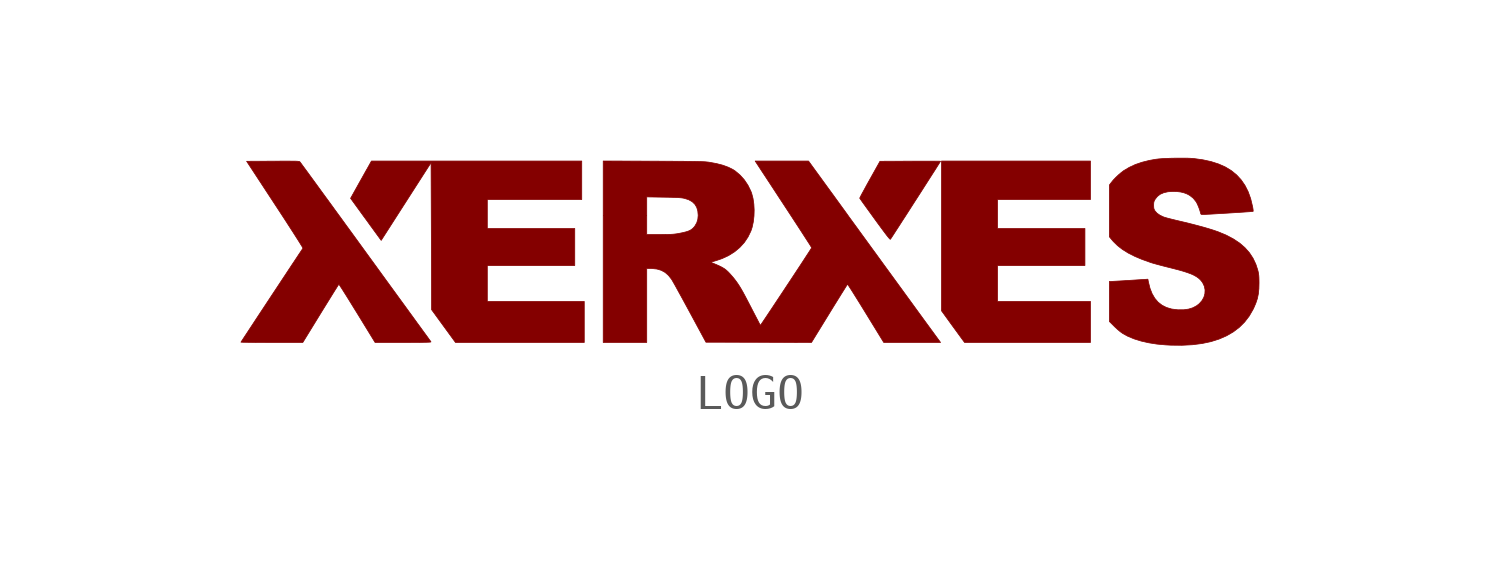
<source format=kicad_sym>
(kicad_symbol_lib
  (version 20220914)
  (generator "bitmap2component")
  (generator_version "8.0")
  (symbol "LOGO"
    (pin_names
      (offset 1.016))
    (property "Reference" "#G"
      (at 0 2.325 0)
      (effects (font (size 1.27 1.27)) hide))
    (symbol "LOGO_0_0"
      (polyline (pts (xy 12.613 -2.612) (xy 12.889 -2.577) (xy 13.145 -2.523) (xy 13.38 -2.449) (xy 13.593 -2.356) (xy 13.786 -2.244) (xy 13.958 -2.113) (xy 14.11 -1.962) (xy 14.241 -1.792) (xy 14.351 -1.602) (xy 14.372 -1.559) (xy 14.431 -1.422) (xy 14.475 -1.29) (xy 14.503 -1.155) (xy 14.518 -1.009) (xy 14.522 -0.844) (xy 14.521 -0.76) (xy 14.519 -0.686) (xy 14.515 -0.627) (xy 14.508 -0.575) (xy 14.498 -0.523) (xy 14.483 -0.465) (xy 14.432 -0.309) (xy 14.351 -0.137) (xy 14.248 0.02) (xy 14.121 0.164) (xy 13.97 0.295) (xy 13.794 0.413) (xy 13.593 0.52) (xy 13.366 0.615) (xy 13.349 0.622) (xy 13.221 0.666) (xy 13.068 0.714) (xy 12.894 0.764) (xy 12.702 0.815) (xy 12.496 0.868) (xy 12.278 0.92) (xy 12.269 0.922) (xy 12.162 0.947) (xy 12.06 0.972) (xy 11.968 0.995) (xy 11.891 1.015) (xy 11.833 1.032) (xy 11.798 1.043) (xy 11.789 1.046) (xy 11.686 1.095) (xy 11.603 1.153) (xy 11.546 1.217) (xy 11.529 1.245) (xy 11.514 1.28) (xy 11.508 1.321) (xy 11.506 1.38) (xy 11.507 1.426) (xy 11.512 1.472) (xy 11.525 1.51) (xy 11.549 1.552) (xy 11.613 1.633) (xy 11.695 1.696) (xy 11.796 1.74) (xy 11.916 1.767) (xy 12.059 1.776) (xy 12.174 1.772) (xy 12.28 1.76) (xy 12.374 1.737) (xy 12.466 1.702) (xy 12.541 1.661) (xy 12.641 1.581) (xy 12.722 1.48) (xy 12.74 1.449) (xy 12.772 1.381) (xy 12.804 1.303) (xy 12.831 1.224) (xy 12.85 1.155) (xy 12.857 1.131) (xy 12.875 1.118) (xy 12.911 1.116) (xy 12.929 1.116) (xy 12.977 1.118) (xy 13.046 1.122) (xy 13.132 1.126) (xy 13.232 1.132) (xy 13.344 1.139) (xy 13.463 1.146) (xy 13.587 1.153) (xy 13.711 1.161) (xy 13.834 1.169) (xy 13.951 1.176) (xy 14.059 1.183) (xy 14.156 1.19) (xy 14.236 1.195) (xy 14.299 1.2) (xy 14.339 1.204) (xy 14.354 1.206) (xy 14.355 1.22) (xy 14.352 1.256) (xy 14.345 1.304) (xy 14.336 1.349) (xy 14.283 1.569) (xy 14.211 1.769) (xy 14.12 1.948) (xy 14.01 2.108) (xy 13.88 2.249) (xy 13.73 2.371) (xy 13.559 2.475) (xy 13.366 2.561) (xy 13.151 2.63) (xy 12.913 2.682) (xy 12.652 2.718) (xy 12.598 2.722) (xy 12.5 2.727) (xy 12.384 2.729) (xy 12.257 2.729) (xy 12.124 2.728) (xy 11.991 2.725) (xy 11.863 2.72) (xy 11.746 2.714) (xy 11.647 2.706) (xy 11.57 2.697) (xy 11.384 2.664) (xy 11.173 2.611) (xy 10.982 2.546) (xy 10.808 2.465) (xy 10.648 2.37) (xy 10.581 2.319) (xy 10.502 2.252) (xy 10.423 2.177) (xy 10.351 2.102) (xy 10.296 2.035) (xy 10.24 1.96) (xy 10.24 1.219) (xy 10.24 0.477) (xy 10.318 0.383) (xy 10.353 0.342) (xy 10.474 0.224) (xy 10.617 0.113) (xy 10.784 0.01) (xy 10.975 -0.086) (xy 11.192 -0.177) (xy 11.436 -0.263) (xy 11.489 -0.279) (xy 11.567 -0.301) (xy 11.663 -0.327) (xy 11.769 -0.355) (xy 11.882 -0.384) (xy 11.994 -0.412) (xy 12.029 -0.421) (xy 12.2 -0.465) (xy 12.346 -0.506) (xy 12.47 -0.546) (xy 12.574 -0.584) (xy 12.66 -0.623) (xy 12.732 -0.664) (xy 12.793 -0.707) (xy 12.844 -0.754) (xy 12.888 -0.807) (xy 12.91 -0.839) (xy 12.957 -0.938) (xy 12.978 -1.043) (xy 12.973 -1.149) (xy 12.944 -1.252) (xy 12.89 -1.349) (xy 12.813 -1.436) (xy 12.737 -1.496) (xy 12.63 -1.553) (xy 12.509 -1.591) (xy 12.371 -1.611) (xy 12.214 -1.612) (xy 12.182 -1.61) (xy 12.018 -1.589) (xy 11.872 -1.545) (xy 11.744 -1.48) (xy 11.633 -1.393) (xy 11.539 -1.283) (xy 11.462 -1.151) (xy 11.401 -0.995) (xy 11.356 -0.815) (xy 11.341 -0.736) (xy 10.844 -0.768) (xy 10.752 -0.773) (xy 10.638 -0.781) (xy 10.535 -0.787) (xy 10.445 -0.792) (xy 10.372 -0.796) (xy 10.32 -0.799) (xy 10.294 -0.8) (xy 10.24 -0.801) (xy 10.24 -1.374) (xy 10.24 -1.947) (xy 10.38 -2.087) (xy 10.396 -2.103) (xy 10.479 -2.179) (xy 10.56 -2.246) (xy 10.632 -2.296) (xy 10.768 -2.37) (xy 10.947 -2.444) (xy 11.146 -2.506) (xy 11.365 -2.556) (xy 11.599 -2.593) (xy 11.848 -2.616) (xy 11.997 -2.624) (xy 12.315 -2.627) (xy 12.613 -2.612)) (stroke (width 0.01) (type default)) (fill (type outline)))
      (polyline (pts (xy -12.336 -1.716) (xy -12.286 -1.635) (xy -12.202 -1.499) (xy -12.123 -1.372) (xy -12.05 -1.254) (xy -11.985 -1.149) (xy -11.929 -1.059) (xy -11.882 -0.985) (xy -11.847 -0.929) (xy -11.824 -0.894) (xy -11.815 -0.881) (xy -11.811 -0.884) (xy -11.793 -0.909) (xy -11.763 -0.956) (xy -11.72 -1.021) (xy -11.668 -1.104) (xy -11.606 -1.202) (xy -11.536 -1.314) (xy -11.46 -1.437) (xy -11.378 -1.57) (xy -11.291 -1.71) (xy -10.778 -2.546) (xy -9.971 -2.546) (xy -9.959 -2.546) (xy -9.783 -2.546) (xy -9.633 -2.545) (xy -9.509 -2.545) (xy -9.407 -2.543) (xy -9.327 -2.542) (xy -9.265 -2.54) (xy -9.222 -2.538) (xy -9.194 -2.535) (xy -9.18 -2.532) (xy -9.178 -2.528) (xy -9.179 -2.527) (xy -9.192 -2.508) (xy -9.222 -2.468) (xy -9.266 -2.406) (xy -9.325 -2.325) (xy -9.398 -2.226) (xy -9.483 -2.108) (xy -9.581 -1.975) (xy -9.689 -1.825) (xy -9.808 -1.662) (xy -9.937 -1.484) (xy -10.075 -1.295) (xy -10.221 -1.094) (xy -10.375 -0.883) (xy -10.535 -0.663) (xy -10.701 -0.434) (xy -10.872 -0.199) (xy -11.048 0.043) (xy -11.09 0.101) (xy -11.265 0.342) (xy -11.435 0.576) (xy -11.601 0.803) (xy -11.759 1.021) (xy -11.912 1.23) (xy -12.056 1.429) (xy -12.193 1.616) (xy -12.32 1.79) (xy -12.437 1.951) (xy -12.544 2.098) (xy -12.639 2.228) (xy -12.722 2.342) (xy -12.792 2.437) (xy -12.849 2.514) (xy -12.89 2.571) (xy -12.917 2.607) (xy -12.928 2.621) (xy -12.932 2.625) (xy -12.941 2.63) (xy -12.955 2.634) (xy -12.976 2.637) (xy -13.008 2.64) (xy -13.052 2.642) (xy -13.11 2.643) (xy -13.185 2.643) (xy -13.28 2.644) (xy -13.396 2.644) (xy -13.536 2.643) (xy -13.702 2.642) (xy -14.454 2.639) (xy -13.643 1.402) (xy -13.552 1.263) (xy -13.444 1.098) (xy -13.342 0.942) (xy -13.247 0.794) (xy -13.159 0.658) (xy -13.08 0.535) (xy -13.01 0.425) (xy -12.951 0.332) (xy -12.904 0.256) (xy -12.869 0.2) (xy -12.848 0.164) (xy -12.842 0.15) (xy -12.849 0.141) (xy -12.871 0.108) (xy -12.906 0.055) (xy -12.954 -0.016) (xy -13.012 -0.104) (xy -13.08 -0.207) (xy -13.157 -0.322) (xy -13.241 -0.449) (xy -13.331 -0.586) (xy -13.426 -0.729) (xy -13.524 -0.878) (xy -13.625 -1.031) (xy -13.728 -1.186) (xy -13.83 -1.341) (xy -13.931 -1.494) (xy -14.03 -1.644) (xy -14.125 -1.788) (xy -14.215 -1.925) (xy -14.299 -2.053) (xy -14.376 -2.17) (xy -14.444 -2.274) (xy -14.503 -2.363) (xy -14.551 -2.436) (xy -14.586 -2.491) (xy -14.609 -2.525) (xy -14.616 -2.538) (xy -14.616 -2.538) (xy -14.598 -2.539) (xy -14.555 -2.541) (xy -14.488 -2.542) (xy -14.4 -2.543) (xy -14.294 -2.544) (xy -14.171 -2.545) (xy -14.035 -2.545) (xy -13.887 -2.546) (xy -13.731 -2.546) (xy -12.846 -2.546) (xy -12.336 -1.716)) (stroke (width 0.01) (type default)) (fill (type outline)))
      (polyline (pts (xy -4.791 -1.959) (xy -4.791 -1.373) (xy -6.178 -1.373) (xy -7.566 -1.373) (xy -7.566 -0.858) (xy -7.566 -0.343) (xy -6.314 -0.343) (xy -5.063 -0.343) (xy -5.063 0.186) (xy -5.063 0.715) (xy -6.314 0.715) (xy -7.566 0.715) (xy -7.566 1.13) (xy -7.566 1.545) (xy -6.214 1.545) (xy -4.863 1.545) (xy -4.863 2.095) (xy -4.863 2.646) (xy -7.872 2.646) (xy -10.882 2.646) (xy -10.988 2.456) (xy -11.014 2.411) (xy -11.059 2.331) (xy -11.112 2.236) (xy -11.17 2.132) (xy -11.23 2.026) (xy -11.287 1.923) (xy -11.479 1.579) (xy -11.23 1.236) (xy -11.173 1.157) (xy -11.092 1.046) (xy -11.008 0.932) (xy -10.928 0.82) (xy -10.854 0.719) (xy -10.792 0.634) (xy -10.603 0.375) (xy -9.889 1.488) (xy -9.175 2.6) (xy -9.167 0.496) (xy -9.16 -1.609) (xy -8.819 -2.077) (xy -8.477 -2.546) (xy -6.634 -2.546) (xy -4.791 -2.546) (xy -4.791 -1.959)) (stroke (width 0.01) (type default)) (fill (type outline)))
      (polyline (pts (xy 2.223 -1.717) (xy 2.273 -1.635) (xy 2.357 -1.499) (xy 2.436 -1.372) (xy 2.509 -1.254) (xy 2.574 -1.149) (xy 2.631 -1.059) (xy 2.677 -0.985) (xy 2.712 -0.929) (xy 2.735 -0.894) (xy 2.744 -0.881) (xy 2.748 -0.884) (xy 2.766 -0.909) (xy 2.797 -0.956) (xy 2.839 -1.021) (xy 2.892 -1.104) (xy 2.953 -1.202) (xy 3.023 -1.314) (xy 3.1 -1.437) (xy 3.182 -1.57) (xy 3.268 -1.71) (xy 3.781 -2.546) (xy 4.594 -2.546) (xy 5.407 -2.546) (xy 5.331 -2.442) (xy 5.328 -2.438) (xy 5.302 -2.402) (xy 5.261 -2.347) (xy 5.207 -2.272) (xy 5.14 -2.181) (xy 5.062 -2.074) (xy 4.974 -1.954) (xy 4.877 -1.821) (xy 4.772 -1.677) (xy 4.661 -1.524) (xy 4.544 -1.363) (xy 4.422 -1.196) (xy 4.297 -1.024) (xy 4.17 -0.85) (xy 4.042 -0.674) (xy 3.913 -0.497) (xy 3.786 -0.323) (xy 3.661 -0.151) (xy 3.54 0.016) (xy 3.422 0.177) (xy 3.311 0.33) (xy 3.206 0.474) (xy 3.109 0.607) (xy 3.022 0.728) (xy 2.944 0.834) (xy 2.877 0.926) (xy 2.823 1) (xy 2.782 1.056) (xy 2.756 1.093) (xy 2.746 1.107) (xy 2.744 1.11) (xy 2.727 1.134) (xy 2.694 1.179) (xy 2.649 1.242) (xy 2.591 1.321) (xy 2.523 1.415) (xy 2.446 1.521) (xy 2.362 1.637) (xy 2.271 1.762) (xy 2.176 1.892) (xy 1.628 2.646) (xy 0.864 2.646) (xy 0.101 2.646) (xy 0.295 2.349) (xy 0.461 2.097) (xy 0.642 1.821) (xy 0.808 1.567) (xy 0.959 1.337) (xy 1.096 1.128) (xy 1.218 0.941) (xy 1.326 0.776) (xy 1.42 0.631) (xy 1.5 0.507) (xy 1.568 0.402) (xy 1.623 0.317) (xy 1.665 0.252) (xy 1.694 0.204) (xy 1.712 0.176) (xy 1.718 0.164) (xy 1.715 0.159) (xy 1.698 0.133) (xy 1.669 0.086) (xy 1.626 0.02) (xy 1.573 -0.061) (xy 1.51 -0.158) (xy 1.439 -0.267) (xy 1.361 -0.386) (xy 1.277 -0.513) (xy 1.189 -0.647) (xy 1.098 -0.785) (xy 1.005 -0.925) (xy 0.912 -1.066) (xy 0.82 -1.205) (xy 0.73 -1.34) (xy 0.644 -1.47) (xy 0.564 -1.591) (xy 0.489 -1.703) (xy 0.422 -1.804) (xy 0.364 -1.89) (xy 0.317 -1.96) (xy 0.281 -2.013) (xy 0.258 -2.046) (xy 0.25 -2.056) (xy 0.247 -2.052) (xy 0.233 -2.026) (xy 0.208 -1.978) (xy 0.174 -1.911) (xy 0.131 -1.829) (xy 0.081 -1.733) (xy 0.026 -1.627) (xy -0.033 -1.512) (xy -0.047 -1.486) (xy -0.124 -1.338) (xy -0.19 -1.212) (xy -0.248 -1.105) (xy -0.3 -1.014) (xy -0.348 -0.935) (xy -0.393 -0.866) (xy -0.438 -0.802) (xy -0.484 -0.741) (xy -0.533 -0.68) (xy -0.589 -0.616) (xy -0.616 -0.585) (xy -0.671 -0.527) (xy -0.724 -0.478) (xy -0.779 -0.436) (xy -0.843 -0.397) (xy -0.919 -0.359) (xy -1.012 -0.317) (xy -1.128 -0.269) (xy -1.176 -0.25) (xy -1.01 -0.202) (xy -0.846 -0.146) (xy -0.659 -0.059) (xy -0.489 0.048) (xy -0.339 0.173) (xy -0.21 0.315) (xy -0.104 0.473) (xy -0.021 0.644) (xy 0.013 0.746) (xy 0.047 0.902) (xy 0.067 1.071) (xy 0.072 1.244) (xy 0.063 1.415) (xy 0.039 1.577) (xy 0.001 1.722) (xy -0.022 1.782) (xy -0.104 1.95) (xy -0.208 2.106) (xy -0.332 2.244) (xy -0.472 2.362) (xy -0.529 2.399) (xy -0.663 2.467) (xy -0.823 2.526) (xy -1.008 2.574) (xy -1.216 2.612) (xy -1.244 2.616) (xy -1.277 2.619) (xy -1.315 2.623) (xy -1.359 2.626) (xy -1.412 2.628) (xy -1.476 2.63) (xy -1.551 2.632) (xy -1.641 2.634) (xy -1.746 2.635) (xy -1.869 2.637) (xy -2.012 2.638) (xy -2.176 2.639) (xy -2.363 2.64) (xy -2.575 2.641) (xy -2.814 2.642) (xy -4.248 2.647) (xy -4.248 1.082) (xy -3.003 1.082) (xy -3.003 1.62) (xy -2.521 1.612) (xy -2.398 1.61) (xy -2.273 1.607) (xy -2.171 1.603) (xy -2.09 1.599) (xy -2.026 1.594) (xy -1.976 1.588) (xy -1.938 1.581) (xy -1.929 1.579) (xy -1.804 1.54) (xy -1.704 1.484) (xy -1.627 1.412) (xy -1.573 1.323) (xy -1.541 1.217) (xy -1.53 1.092) (xy -1.54 0.979) (xy -1.571 0.878) (xy -1.625 0.785) (xy -1.645 0.759) (xy -1.688 0.714) (xy -1.738 0.677) (xy -1.799 0.646) (xy -1.876 0.62) (xy -1.973 0.596) (xy -2.094 0.572) (xy -2.14 0.564) (xy -2.195 0.557) (xy -2.253 0.551) (xy -2.321 0.547) (xy -2.403 0.545) (xy -2.503 0.544) (xy -2.627 0.543) (xy -3.003 0.543) (xy -3.003 1.082) (xy -4.248 1.082) (xy -4.248 0.051) (xy -4.248 -2.546) (xy -3.626 -2.546) (xy -3.003 -2.546) (xy -3.003 -1.487) (xy -3.003 -0.429) (xy -2.885 -0.429) (xy -2.852 -0.43) (xy -2.71 -0.445) (xy -2.586 -0.482) (xy -2.477 -0.542) (xy -2.38 -0.627) (xy -2.292 -0.738) (xy -2.286 -0.748) (xy -2.264 -0.786) (xy -2.23 -0.845) (xy -2.185 -0.924) (xy -2.132 -1.021) (xy -2.071 -1.132) (xy -2.003 -1.255) (xy -1.93 -1.389) (xy -1.853 -1.531) (xy -1.773 -1.678) (xy -1.308 -2.539) (xy 0.203 -2.542) (xy 1.713 -2.546) (xy 2.223 -1.717)) (stroke (width 0.01) (type default)) (fill (type outline)))
      (polyline (pts (xy 9.697 -1.959) (xy 9.697 -1.373) (xy 8.367 -1.373) (xy 7.037 -1.373) (xy 7.037 -0.858) (xy 7.037 -0.343) (xy 8.288 -0.343) (xy 9.539 -0.343) (xy 9.539 0.186) (xy 9.539 0.715) (xy 8.288 0.715) (xy 7.037 0.715) (xy 7.037 1.13) (xy 7.037 1.545) (xy 8.367 1.545) (xy 9.697 1.545) (xy 9.697 2.095) (xy 9.697 2.646) (xy 7.566 2.646) (xy 5.435 2.646) (xy 5.435 0.502) (xy 5.435 -1.641) (xy 5.729 -2.047) (xy 5.785 -2.124) (xy 5.853 -2.217) (xy 5.914 -2.301) (xy 5.968 -2.375) (xy 6.011 -2.434) (xy 6.043 -2.477) (xy 6.059 -2.499) (xy 6.094 -2.546) (xy 7.895 -2.546) (xy 9.697 -2.546) (xy 9.697 -1.959)) (stroke (width 0.01) (type default)) (fill (type outline)))
      (polyline (pts (xy 3.973 0.409) (xy 3.989 0.432) (xy 4.018 0.476) (xy 4.059 0.539) (xy 4.111 0.62) (xy 4.173 0.715) (xy 4.243 0.823) (xy 4.319 0.942) (xy 4.402 1.069) (xy 4.488 1.203) (xy 4.577 1.342) (xy 4.668 1.484) (xy 4.76 1.626) (xy 4.85 1.766) (xy 4.938 1.904) (xy 5.022 2.035) (xy 5.101 2.159) (xy 5.174 2.273) (xy 5.24 2.375) (xy 5.296 2.464) (xy 5.342 2.537) (xy 5.377 2.592) (xy 5.399 2.627) (xy 5.406 2.64) (xy 5.406 2.64) (xy 5.391 2.641) (xy 5.35 2.642) (xy 5.285 2.642) (xy 5.199 2.643) (xy 5.095 2.643) (xy 4.974 2.643) (xy 4.84 2.643) (xy 4.694 2.643) (xy 4.539 2.642) (xy 3.673 2.639) (xy 3.381 2.117) (xy 3.349 2.06) (xy 3.289 1.952) (xy 3.235 1.852) (xy 3.187 1.764) (xy 3.147 1.691) (xy 3.118 1.634) (xy 3.099 1.597) (xy 3.093 1.582) (xy 3.094 1.581) (xy 3.108 1.561) (xy 3.136 1.521) (xy 3.177 1.462) (xy 3.23 1.389) (xy 3.293 1.301) (xy 3.365 1.202) (xy 3.443 1.094) (xy 3.526 0.979) (xy 3.603 0.873) (xy 3.694 0.749) (xy 3.77 0.647) (xy 3.832 0.564) (xy 3.881 0.5) (xy 3.919 0.454) (xy 3.946 0.423) (xy 3.963 0.408) (xy 3.971 0.406) (xy 3.973 0.409)) (stroke (width 0.01) (type default)) (fill (type outline))))))
</source>
